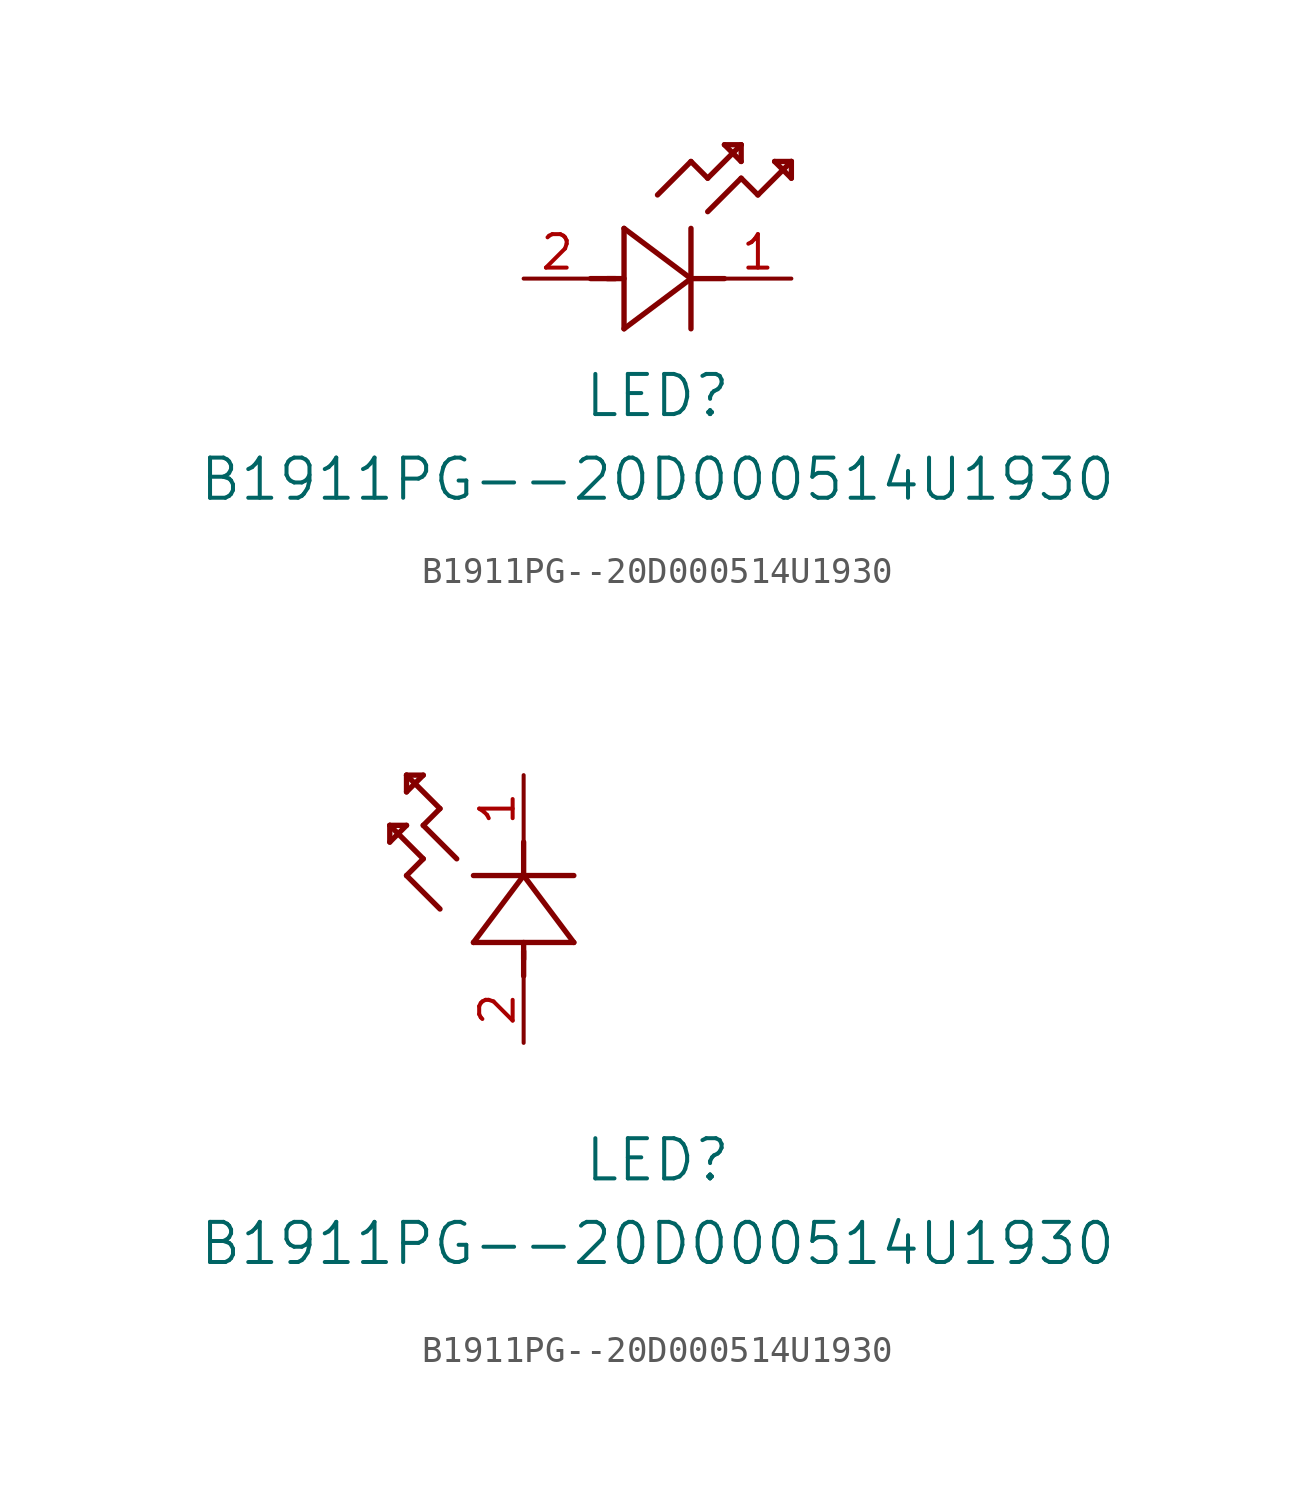
<source format=kicad_sym>
(kicad_symbol_lib
  (version 20211014)
  (generator kicad_symbol_editor)
  (symbol "B1911PG--20D000514U1930"
    (pin_names
      (offset 0.254))
    (property "Reference" "LED"
      (at 5.08 -4.445 0)
      (effects (font (size 1.524 1.524))))
    (property "Value" "B1911PG--20D000514U1930"
      (at 5.08 -7.62 0)
      (effects (font (size 1.524 1.524))))
    (symbol "B1911PG--20D000514U1930_1_1"
      (polyline (pts (xy 2.54 0) (xy 3.48 0)) (stroke (width 0.203) (type default) (color 0 0 0 0)) (fill (type none)))
      (polyline (pts (xy 3.81 1.905) (xy 3.81 -1.905)) (stroke (width 0.203) (type default) (color 0 0 0 0)) (fill (type none)))
      (polyline (pts (xy 3.175 0) (xy 3.81 0)) (stroke (width 0.203) (type default) (color 0 0 0 0)) (fill (type none)))
      (polyline (pts (xy 6.35 -1.905) (xy 6.35 1.905)) (stroke (width 0.203) (type default) (color 0 0 0 0)) (fill (type none)))
      (polyline (pts (xy 6.35 0) (xy 7.62 0)) (stroke (width 0.203) (type default) (color 0 0 0 0)) (fill (type none)))
      (polyline (pts (xy 6.35 4.445) (xy 6.985 3.81)) (stroke (width 0.203) (type default) (color 0 0 0 0)) (fill (type none)))
      (polyline (pts (xy 6.985 3.81) (xy 8.255 5.08)) (stroke (width 0.203) (type default) (color 0 0 0 0)) (fill (type none)))
      (polyline (pts (xy 8.255 3.81) (xy 8.89 3.175)) (stroke (width 0.203) (type default) (color 0 0 0 0)) (fill (type none)))
      (polyline (pts (xy 8.89 3.175) (xy 10.16 4.445)) (stroke (width 0.203) (type default) (color 0 0 0 0)) (fill (type none)))
      (polyline (pts (xy 8.255 5.08) (xy 7.62 5.08)) (stroke (width 0.203) (type default) (color 0 0 0 0)) (fill (type none)))
      (polyline (pts (xy 7.62 5.08) (xy 8.255 4.445)) (stroke (width 0.203) (type default) (color 0 0 0 0)) (fill (type none)))
      (polyline (pts (xy 8.255 4.445) (xy 8.255 5.08)) (stroke (width 0.203) (type default) (color 0 0 0 0)) (fill (type none)))
      (polyline (pts (xy 10.16 4.445) (xy 9.525 4.445)) (stroke (width 0.203) (type default) (color 0 0 0 0)) (fill (type none)))
      (polyline (pts (xy 9.525 4.445) (xy 10.16 3.81)) (stroke (width 0.203) (type default) (color 0 0 0 0)) (fill (type none)))
      (polyline (pts (xy 10.16 3.81) (xy 10.16 4.445)) (stroke (width 0.203) (type default) (color 0 0 0 0)) (fill (type none)))
      (polyline (pts (xy 6.985 2.54) (xy 8.255 3.81)) (stroke (width 0.203) (type default) (color 0 0 0 0)) (fill (type none)))
      (polyline (pts (xy 6.35 0) (xy 3.81 1.905)) (stroke (width 0.203) (type default) (color 0 0 0 0)) (fill (type none)))
      (polyline (pts (xy 3.81 -1.905) (xy 6.35 0)) (stroke (width 0.203) (type default) (color 0 0 0 0)) (fill (type none)))
      (polyline (pts (xy 5.08 3.175) (xy 6.35 4.445)) (stroke (width 0.203) (type default) (color 0 0 0 0)) (fill (type none)))
      (pin unspecified line (at 10.16 0 180) (length 2.54) (name "" (effects (font (size 1.27 1.27)))) (number "1" (effects (font (size 1.27 1.27)))))
      (pin unspecified line (at 0 0 0) (length 2.54) (name "" (effects (font (size 1.27 1.27)))) (number "2" (effects (font (size 1.27 1.27))))))
    (symbol "B1911PG--20D000514U1930_1_2"
      (polyline (pts (xy 0 2.54) (xy 0 3.48)) (stroke (width 0.203) (type default) (color 0 0 0 0)) (fill (type none)))
      (polyline (pts (xy -1.905 3.81) (xy 1.905 3.81)) (stroke (width 0.203) (type default) (color 0 0 0 0)) (fill (type none)))
      (polyline (pts (xy 0 3.175) (xy 0 3.81)) (stroke (width 0.203) (type default) (color 0 0 0 0)) (fill (type none)))
      (polyline (pts (xy 1.905 6.35) (xy -1.905 6.35)) (stroke (width 0.203) (type default) (color 0 0 0 0)) (fill (type none)))
      (polyline (pts (xy 0 6.35) (xy 0 7.62)) (stroke (width 0.203) (type default) (color 0 0 0 0)) (fill (type none)))
      (polyline (pts (xy 0 6.35) (xy -1.905 3.81)) (stroke (width 0.203) (type default) (color 0 0 0 0)) (fill (type none)))
      (polyline (pts (xy 1.905 3.81) (xy 0 6.35)) (stroke (width 0.203) (type default) (color 0 0 0 0)) (fill (type none)))
      (polyline (pts (xy -4.445 6.35) (xy -3.81 6.985)) (stroke (width 0.203) (type default) (color 0 0 0 0)) (fill (type none)))
      (polyline (pts (xy -2.54 6.985) (xy -3.81 8.255)) (stroke (width 0.203) (type default) (color 0 0 0 0)) (fill (type none)))
      (polyline (pts (xy -3.175 5.08) (xy -4.445 6.35)) (stroke (width 0.203) (type default) (color 0 0 0 0)) (fill (type none)))
      (polyline (pts (xy -4.445 10.16) (xy -4.445 9.525)) (stroke (width 0.203) (type default) (color 0 0 0 0)) (fill (type none)))
      (polyline (pts (xy -4.445 9.525) (xy -3.81 10.16)) (stroke (width 0.203) (type default) (color 0 0 0 0)) (fill (type none)))
      (polyline (pts (xy -3.81 10.16) (xy -4.445 10.16)) (stroke (width 0.203) (type default) (color 0 0 0 0)) (fill (type none)))
      (polyline (pts (xy -3.81 8.255) (xy -3.175 8.89)) (stroke (width 0.203) (type default) (color 0 0 0 0)) (fill (type none)))
      (polyline (pts (xy -3.175 8.89) (xy -4.445 10.16)) (stroke (width 0.203) (type default) (color 0 0 0 0)) (fill (type none)))
      (polyline (pts (xy -3.81 6.985) (xy -5.08 8.255)) (stroke (width 0.203) (type default) (color 0 0 0 0)) (fill (type none)))
      (polyline (pts (xy -5.08 8.255) (xy -5.08 7.62)) (stroke (width 0.203) (type default) (color 0 0 0 0)) (fill (type none)))
      (polyline (pts (xy -5.08 7.62) (xy -4.445 8.255)) (stroke (width 0.203) (type default) (color 0 0 0 0)) (fill (type none)))
      (polyline (pts (xy -4.445 8.255) (xy -5.08 8.255)) (stroke (width 0.203) (type default) (color 0 0 0 0)) (fill (type none)))
      (pin unspecified line (at 0 10.16 270) (length 2.54) (name "" (effects (font (size 1.27 1.27)))) (number "1" (effects (font (size 1.27 1.27)))))
      (pin unspecified line (at 0 0 90) (length 2.54) (name "" (effects (font (size 1.27 1.27)))) (number "2" (effects (font (size 1.27 1.27))))))))
</source>
